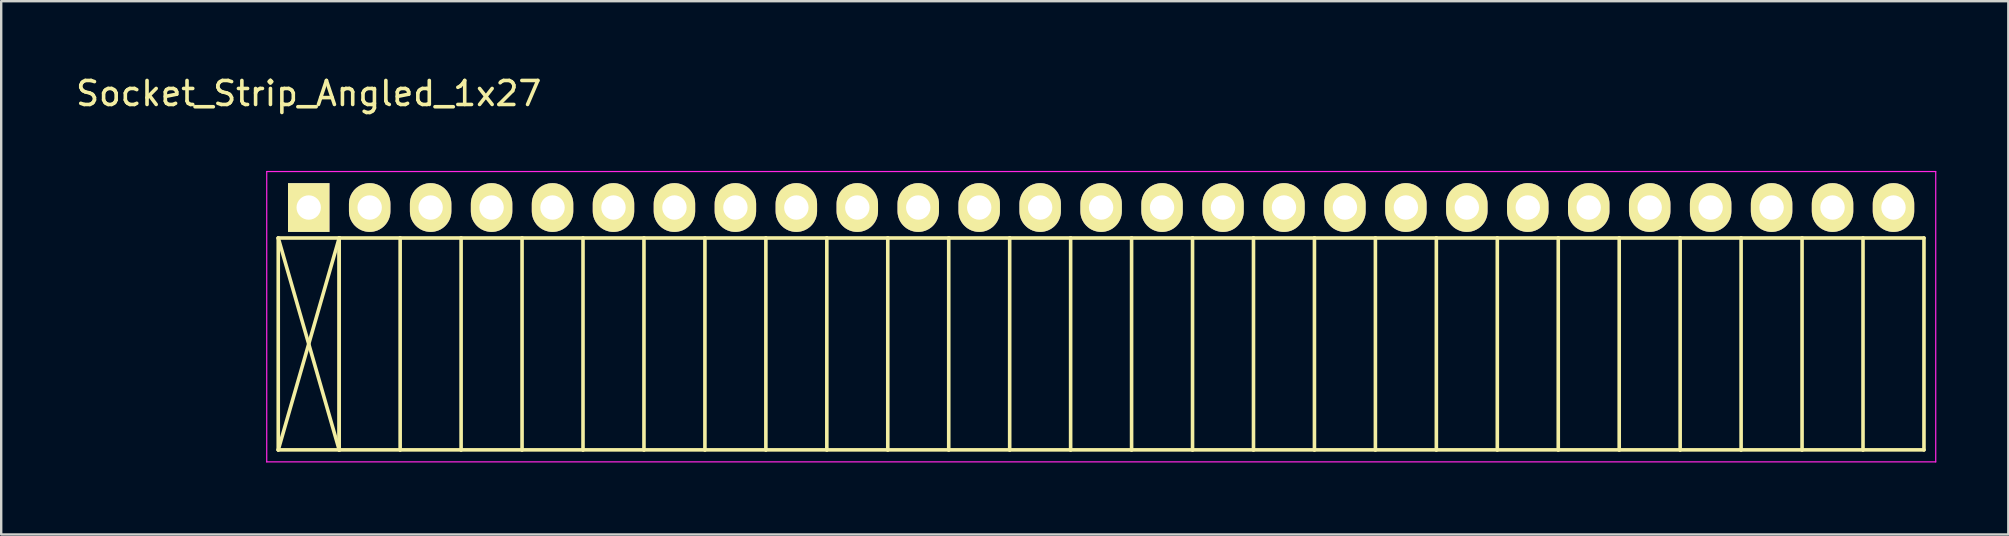
<source format=kicad_pcb>
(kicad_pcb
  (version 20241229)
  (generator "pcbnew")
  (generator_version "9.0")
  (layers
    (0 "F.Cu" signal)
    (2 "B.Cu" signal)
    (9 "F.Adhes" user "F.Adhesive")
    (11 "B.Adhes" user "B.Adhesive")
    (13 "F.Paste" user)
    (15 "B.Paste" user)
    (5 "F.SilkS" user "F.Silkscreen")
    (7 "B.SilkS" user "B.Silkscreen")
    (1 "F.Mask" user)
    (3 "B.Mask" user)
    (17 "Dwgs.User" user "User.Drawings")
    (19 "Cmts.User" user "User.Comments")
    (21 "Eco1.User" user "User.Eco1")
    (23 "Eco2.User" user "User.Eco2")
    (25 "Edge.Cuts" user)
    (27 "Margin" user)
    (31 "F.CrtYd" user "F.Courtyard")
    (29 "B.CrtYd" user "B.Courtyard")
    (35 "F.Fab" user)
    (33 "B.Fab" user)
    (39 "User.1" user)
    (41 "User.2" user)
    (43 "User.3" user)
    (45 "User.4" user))
  (footprint "Socket_Strip_Angled_1x27"
    (layer "F.Cu")
    (at 9.815 5.598)
    (property "Reference" "Socket_Strip_Angled_1x27" (at 0 -4.75 0) (layer "F.SilkS") (effects (font (size 1 1) (thickness 0.15))))
    (attr through_hole)
    (fp_line (start -1.27 1.27) (end -1.27 10.1) (stroke (width 0.15) (type solid)) (layer "F.SilkS"))
    (fp_line (start -1.27 1.27) (end 1.27 1.27) (stroke (width 0.15) (type solid)) (layer "F.SilkS"))
    (fp_line (start -1.27 1.27) (end 1.27 10.1) (stroke (width 0.15) (type solid)) (layer "F.SilkS"))
    (fp_line (start -1.27 10.1) (end 1.27 1.27) (stroke (width 0.15) (type solid)) (layer "F.SilkS"))
    (fp_line (start -1.27 10.1) (end 1.27 10.1) (stroke (width 0.15) (type solid)) (layer "F.SilkS"))
    (fp_line (start 1.27 1.27) (end 1.27 10.1) (stroke (width 0.15) (type solid)) (layer "F.SilkS"))
    (fp_line (start 1.27 1.27) (end 3.81 1.27) (stroke (width 0.15) (type solid)) (layer "F.SilkS"))
    (fp_line (start 1.27 10.1) (end 1.27 1.27) (stroke (width 0.15) (type solid)) (layer "F.SilkS"))
    (fp_line (start 1.27 10.1) (end 3.81 10.1) (stroke (width 0.15) (type solid)) (layer "F.SilkS"))
    (fp_line (start 3.81 1.27) (end 6.35 1.27) (stroke (width 0.15) (type solid)) (layer "F.SilkS"))
    (fp_line (start 3.81 10.1) (end 3.81 1.27) (stroke (width 0.15) (type solid)) (layer "F.SilkS"))
    (fp_line (start 3.81 10.1) (end 6.35 10.1) (stroke (width 0.15) (type solid)) (layer "F.SilkS"))
    (fp_line (start 6.35 1.27) (end 8.89 1.27) (stroke (width 0.15) (type solid)) (layer "F.SilkS"))
    (fp_line (start 6.35 10.1) (end 6.35 1.27) (stroke (width 0.15) (type solid)) (layer "F.SilkS"))
    (fp_line (start 6.35 10.1) (end 8.89 10.1) (stroke (width 0.15) (type solid)) (layer "F.SilkS"))
    (fp_line (start 8.89 1.27) (end 11.43 1.27) (stroke (width 0.15) (type solid)) (layer "F.SilkS"))
    (fp_line (start 8.89 10.1) (end 8.89 1.27) (stroke (width 0.15) (type solid)) (layer "F.SilkS"))
    (fp_line (start 8.89 10.1) (end 11.43 10.1) (stroke (width 0.15) (type solid)) (layer "F.SilkS"))
    (fp_line (start 11.43 1.27) (end 13.97 1.27) (stroke (width 0.15) (type solid)) (layer "F.SilkS"))
    (fp_line (start 11.43 10.1) (end 11.43 1.27) (stroke (width 0.15) (type solid)) (layer "F.SilkS"))
    (fp_line (start 11.43 10.1) (end 13.97 10.1) (stroke (width 0.15) (type solid)) (layer "F.SilkS"))
    (fp_line (start 13.97 1.27) (end 16.51 1.27) (stroke (width 0.15) (type solid)) (layer "F.SilkS"))
    (fp_line (start 13.97 10.1) (end 13.97 1.27) (stroke (width 0.15) (type solid)) (layer "F.SilkS"))
    (fp_line (start 13.97 10.1) (end 16.51 10.1) (stroke (width 0.15) (type solid)) (layer "F.SilkS"))
    (fp_line (start 16.51 1.27) (end 19.05 1.27) (stroke (width 0.15) (type solid)) (layer "F.SilkS"))
    (fp_line (start 16.51 10.1) (end 16.51 1.27) (stroke (width 0.15) (type solid)) (layer "F.SilkS"))
    (fp_line (start 16.51 10.1) (end 19.05 10.1) (stroke (width 0.15) (type solid)) (layer "F.SilkS"))
    (fp_line (start 19.05 1.27) (end 21.59 1.27) (stroke (width 0.15) (type solid)) (layer "F.SilkS"))
    (fp_line (start 19.05 10.1) (end 19.05 1.27) (stroke (width 0.15) (type solid)) (layer "F.SilkS"))
    (fp_line (start 19.05 10.1) (end 21.59 10.1) (stroke (width 0.15) (type solid)) (layer "F.SilkS"))
    (fp_line (start 21.59 1.27) (end 24.13 1.27) (stroke (width 0.15) (type solid)) (layer "F.SilkS"))
    (fp_line (start 21.59 10.1) (end 21.59 1.27) (stroke (width 0.15) (type solid)) (layer "F.SilkS"))
    (fp_line (start 21.59 10.1) (end 24.13 10.1) (stroke (width 0.15) (type solid)) (layer "F.SilkS"))
    (fp_line (start 24.13 1.27) (end 26.67 1.27) (stroke (width 0.15) (type solid)) (layer "F.SilkS"))
    (fp_line (start 24.13 10.1) (end 24.13 1.27) (stroke (width 0.15) (type solid)) (layer "F.SilkS"))
    (fp_line (start 24.13 10.1) (end 26.67 10.1) (stroke (width 0.15) (type solid)) (layer "F.SilkS"))
    (fp_line (start 26.67 1.27) (end 29.21 1.27) (stroke (width 0.15) (type solid)) (layer "F.SilkS"))
    (fp_line (start 26.67 10.1) (end 26.67 1.27) (stroke (width 0.15) (type solid)) (layer "F.SilkS"))
    (fp_line (start 26.67 10.1) (end 29.21 10.1) (stroke (width 0.15) (type solid)) (layer "F.SilkS"))
    (fp_line (start 29.21 1.27) (end 31.75 1.27) (stroke (width 0.15) (type solid)) (layer "F.SilkS"))
    (fp_line (start 29.21 10.1) (end 29.21 1.27) (stroke (width 0.15) (type solid)) (layer "F.SilkS"))
    (fp_line (start 29.21 10.1) (end 31.75 10.1) (stroke (width 0.15) (type solid)) (layer "F.SilkS"))
    (fp_line (start 31.75 1.27) (end 34.29 1.27) (stroke (width 0.15) (type solid)) (layer "F.SilkS"))
    (fp_line (start 31.75 10.1) (end 31.75 1.27) (stroke (width 0.15) (type solid)) (layer "F.SilkS"))
    (fp_line (start 31.75 10.1) (end 34.29 10.1) (stroke (width 0.15) (type solid)) (layer "F.SilkS"))
    (fp_line (start 34.29 1.27) (end 36.83 1.27) (stroke (width 0.15) (type solid)) (layer "F.SilkS"))
    (fp_line (start 34.29 10.1) (end 34.29 1.27) (stroke (width 0.15) (type solid)) (layer "F.SilkS"))
    (fp_line (start 34.29 10.1) (end 36.83 10.1) (stroke (width 0.15) (type solid)) (layer "F.SilkS"))
    (fp_line (start 36.83 1.27) (end 39.37 1.27) (stroke (width 0.15) (type solid)) (layer "F.SilkS"))
    (fp_line (start 36.83 10.1) (end 36.83 1.27) (stroke (width 0.15) (type solid)) (layer "F.SilkS"))
    (fp_line (start 36.83 10.1) (end 39.37 10.1) (stroke (width 0.15) (type solid)) (layer "F.SilkS"))
    (fp_line (start 39.37 1.27) (end 41.91 1.27) (stroke (width 0.15) (type solid)) (layer "F.SilkS"))
    (fp_line (start 39.37 10.1) (end 39.37 1.27) (stroke (width 0.15) (type solid)) (layer "F.SilkS"))
    (fp_line (start 39.37 10.1) (end 41.91 10.1) (stroke (width 0.15) (type solid)) (layer "F.SilkS"))
    (fp_line (start 41.91 1.27) (end 44.45 1.27) (stroke (width 0.15) (type solid)) (layer "F.SilkS"))
    (fp_line (start 41.91 10.1) (end 41.91 1.27) (stroke (width 0.15) (type solid)) (layer "F.SilkS"))
    (fp_line (start 41.91 10.1) (end 44.45 10.1) (stroke (width 0.15) (type solid)) (layer "F.SilkS"))
    (fp_line (start 44.45 1.27) (end 46.99 1.27) (stroke (width 0.15) (type solid)) (layer "F.SilkS"))
    (fp_line (start 44.45 10.1) (end 44.45 1.27) (stroke (width 0.15) (type solid)) (layer "F.SilkS"))
    (fp_line (start 44.45 10.1) (end 46.99 10.1) (stroke (width 0.15) (type solid)) (layer "F.SilkS"))
    (fp_line (start 46.99 1.27) (end 49.53 1.27) (stroke (width 0.15) (type solid)) (layer "F.SilkS"))
    (fp_line (start 46.99 10.1) (end 46.99 1.27) (stroke (width 0.15) (type solid)) (layer "F.SilkS"))
    (fp_line (start 46.99 10.1) (end 49.53 10.1) (stroke (width 0.15) (type solid)) (layer "F.SilkS"))
    (fp_line (start 49.53 1.27) (end 52.07 1.27) (stroke (width 0.15) (type solid)) (layer "F.SilkS"))
    (fp_line (start 49.53 10.1) (end 49.53 1.27) (stroke (width 0.15) (type solid)) (layer "F.SilkS"))
    (fp_line (start 49.53 10.1) (end 52.07 10.1) (stroke (width 0.15) (type solid)) (layer "F.SilkS"))
    (fp_line (start 52.07 1.27) (end 54.61 1.27) (stroke (width 0.15) (type solid)) (layer "F.SilkS"))
    (fp_line (start 52.07 10.1) (end 52.07 1.27) (stroke (width 0.15) (type solid)) (layer "F.SilkS"))
    (fp_line (start 52.07 10.1) (end 54.61 10.1) (stroke (width 0.15) (type solid)) (layer "F.SilkS"))
    (fp_line (start 54.61 1.27) (end 57.15 1.27) (stroke (width 0.15) (type solid)) (layer "F.SilkS"))
    (fp_line (start 54.61 10.1) (end 54.61 1.27) (stroke (width 0.15) (type solid)) (layer "F.SilkS"))
    (fp_line (start 54.61 10.1) (end 57.15 10.1) (stroke (width 0.15) (type solid)) (layer "F.SilkS"))
    (fp_line (start 57.15 1.27) (end 59.69 1.27) (stroke (width 0.15) (type solid)) (layer "F.SilkS"))
    (fp_line (start 57.15 10.1) (end 57.15 1.27) (stroke (width 0.15) (type solid)) (layer "F.SilkS"))
    (fp_line (start 57.15 10.1) (end 59.69 10.1) (stroke (width 0.15) (type solid)) (layer "F.SilkS"))
    (fp_line (start 59.69 1.27) (end 62.23 1.27) (stroke (width 0.15) (type solid)) (layer "F.SilkS"))
    (fp_line (start 59.69 10.1) (end 59.69 1.27) (stroke (width 0.15) (type solid)) (layer "F.SilkS"))
    (fp_line (start 59.69 10.1) (end 62.23 10.1) (stroke (width 0.15) (type solid)) (layer "F.SilkS"))
    (fp_line (start 62.23 1.27) (end 64.77 1.27) (stroke (width 0.15) (type solid)) (layer "F.SilkS"))
    (fp_line (start 62.23 10.1) (end 62.23 1.27) (stroke (width 0.15) (type solid)) (layer "F.SilkS"))
    (fp_line (start 62.23 10.1) (end 64.77 10.1) (stroke (width 0.15) (type solid)) (layer "F.SilkS"))
    (fp_line (start 64.77 1.27) (end 67.31 1.27) (stroke (width 0.15) (type solid)) (layer "F.SilkS"))
    (fp_line (start 64.77 10.1) (end 64.77 1.27) (stroke (width 0.15) (type solid)) (layer "F.SilkS"))
    (fp_line (start 64.77 10.1) (end 67.31 10.1) (stroke (width 0.15) (type solid)) (layer "F.SilkS"))
    (fp_line (start 67.31 10.1) (end 67.31 1.27) (stroke (width 0.15) (type solid)) (layer "F.SilkS"))
    (fp_line (start -1.75 -1.5) (end -1.75 10.6) (stroke (width 0.05) (type solid)) (layer "F.CrtYd"))
    (fp_line (start -1.75 -1.5) (end 67.8 -1.5) (stroke (width 0.05) (type solid)) (layer "F.CrtYd"))
    (fp_line (start -1.75 10.6) (end 67.8 10.6) (stroke (width 0.05) (type solid)) (layer "F.CrtYd"))
    (fp_line (start 67.8 -1.5) (end 67.8 10.6) (stroke (width 0.05) (type solid)) (layer "F.CrtYd"))
    (pad "1" thru_hole rect (at 0 0) (size 1.727 2.032) (drill 1.016) (layers "*.Cu" "*.Mask" "F.SilkS"))
    (pad "2" thru_hole oval (at 2.54 0) (size 1.727 2.032) (drill 1.016) (layers "*.Cu" "*.Mask" "F.SilkS"))
    (pad "3" thru_hole oval (at 5.08 0) (size 1.727 2.032) (drill 1.016) (layers "*.Cu" "*.Mask" "F.SilkS"))
    (pad "4" thru_hole oval (at 7.62 0) (size 1.727 2.032) (drill 1.016) (layers "*.Cu" "*.Mask" "F.SilkS"))
    (pad "5" thru_hole oval (at 10.16 0) (size 1.727 2.032) (drill 1.016) (layers "*.Cu" "*.Mask" "F.SilkS"))
    (pad "6" thru_hole oval (at 12.7 0) (size 1.727 2.032) (drill 1.016) (layers "*.Cu" "*.Mask" "F.SilkS"))
    (pad "7" thru_hole oval (at 15.24 0) (size 1.727 2.032) (drill 1.016) (layers "*.Cu" "*.Mask" "F.SilkS"))
    (pad "8" thru_hole oval (at 17.78 0) (size 1.727 2.032) (drill 1.016) (layers "*.Cu" "*.Mask" "F.SilkS"))
    (pad "9" thru_hole oval (at 20.32 0) (size 1.727 2.032) (drill 1.016) (layers "*.Cu" "*.Mask" "F.SilkS"))
    (pad "10" thru_hole oval (at 22.86 0) (size 1.727 2.032) (drill 1.016) (layers "*.Cu" "*.Mask" "F.SilkS"))
    (pad "11" thru_hole oval (at 25.4 0) (size 1.727 2.032) (drill 1.016) (layers "*.Cu" "*.Mask" "F.SilkS"))
    (pad "12" thru_hole oval (at 27.94 0) (size 1.727 2.032) (drill 1.016) (layers "*.Cu" "*.Mask" "F.SilkS"))
    (pad "13" thru_hole oval (at 30.48 0) (size 1.727 2.032) (drill 1.016) (layers "*.Cu" "*.Mask" "F.SilkS"))
    (pad "14" thru_hole oval (at 33.02 0) (size 1.727 2.032) (drill 1.016) (layers "*.Cu" "*.Mask" "F.SilkS"))
    (pad "15" thru_hole oval (at 35.56 0) (size 1.727 2.032) (drill 1.016) (layers "*.Cu" "*.Mask" "F.SilkS"))
    (pad "16" thru_hole oval (at 38.1 0) (size 1.727 2.032) (drill 1.016) (layers "*.Cu" "*.Mask" "F.SilkS"))
    (pad "17" thru_hole oval (at 40.64 0) (size 1.727 2.032) (drill 1.016) (layers "*.Cu" "*.Mask" "F.SilkS"))
    (pad "18" thru_hole oval (at 43.18 0) (size 1.727 2.032) (drill 1.016) (layers "*.Cu" "*.Mask" "F.SilkS"))
    (pad "19" thru_hole oval (at 45.72 0) (size 1.727 2.032) (drill 1.016) (layers "*.Cu" "*.Mask" "F.SilkS"))
    (pad "20" thru_hole oval (at 48.26 0) (size 1.727 2.032) (drill 1.016) (layers "*.Cu" "*.Mask" "F.SilkS"))
    (pad "21" thru_hole oval (at 50.8 0) (size 1.727 2.032) (drill 1.016) (layers "*.Cu" "*.Mask" "F.SilkS"))
    (pad "22" thru_hole oval (at 53.34 0) (size 1.727 2.032) (drill 1.016) (layers "*.Cu" "*.Mask" "F.SilkS"))
    (pad "23" thru_hole oval (at 55.88 0) (size 1.727 2.032) (drill 1.016) (layers "*.Cu" "*.Mask" "F.SilkS"))
    (pad "24" thru_hole oval (at 58.42 0) (size 1.727 2.032) (drill 1.016) (layers "*.Cu" "*.Mask" "F.SilkS"))
    (pad "25" thru_hole oval (at 60.96 0) (size 1.727 2.032) (drill 1.016) (layers "*.Cu" "*.Mask" "F.SilkS"))
    (pad "26" thru_hole oval (at 63.5 0) (size 1.727 2.032) (drill 1.016) (layers "*.Cu" "*.Mask" "F.SilkS"))
    (pad "27" thru_hole oval (at 66.04 0) (size 1.727 2.032) (drill 1.016) (layers "*.Cu" "*.Mask" "F.SilkS")))
  (gr_rect
    (start -3 -3)
    (end 80.64 19.223)
    (stroke (width 0.1) (type default))
    (fill no)
    (layer "Edge.Cuts")))
</source>
